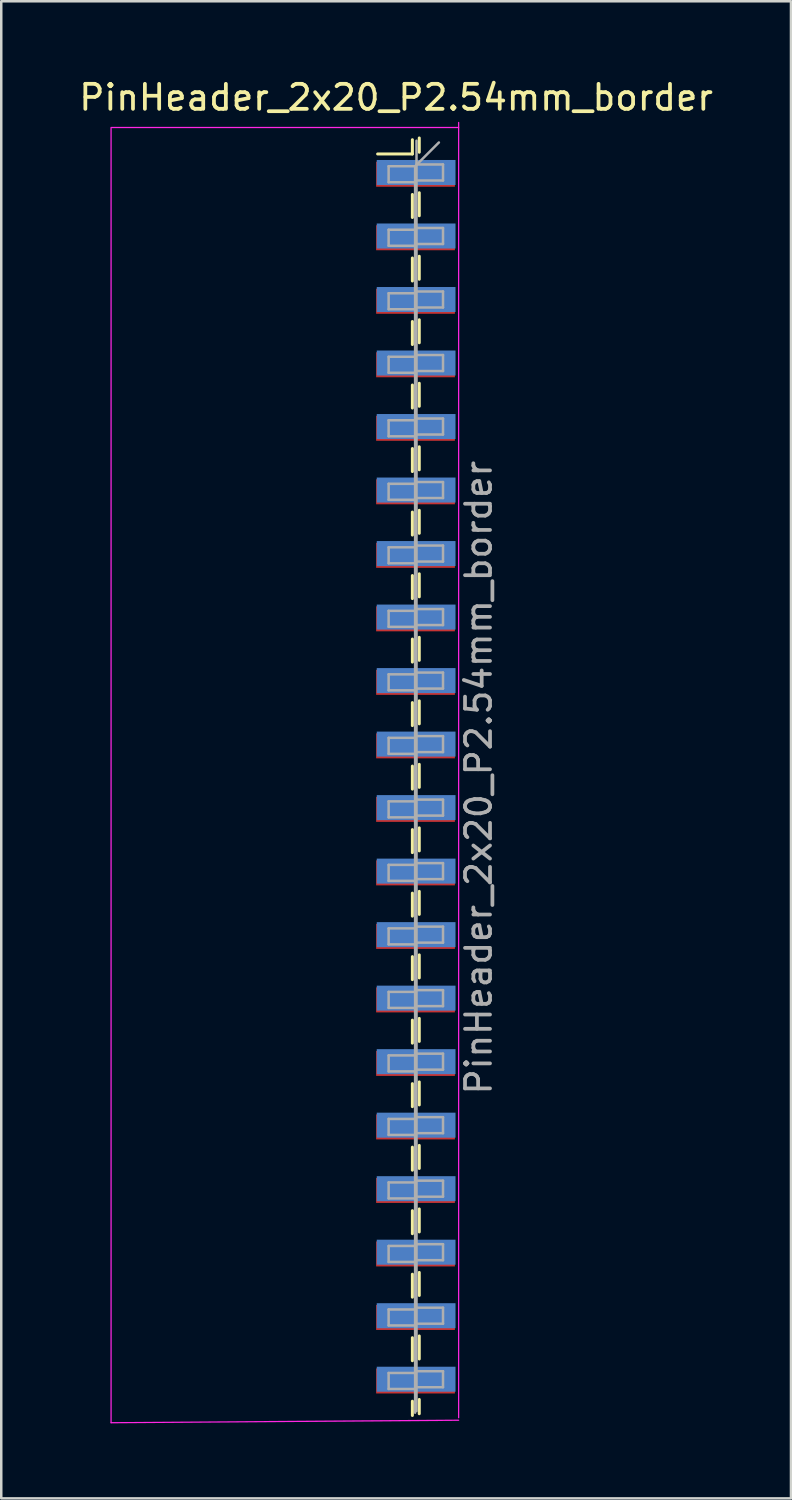
<source format=kicad_pcb>
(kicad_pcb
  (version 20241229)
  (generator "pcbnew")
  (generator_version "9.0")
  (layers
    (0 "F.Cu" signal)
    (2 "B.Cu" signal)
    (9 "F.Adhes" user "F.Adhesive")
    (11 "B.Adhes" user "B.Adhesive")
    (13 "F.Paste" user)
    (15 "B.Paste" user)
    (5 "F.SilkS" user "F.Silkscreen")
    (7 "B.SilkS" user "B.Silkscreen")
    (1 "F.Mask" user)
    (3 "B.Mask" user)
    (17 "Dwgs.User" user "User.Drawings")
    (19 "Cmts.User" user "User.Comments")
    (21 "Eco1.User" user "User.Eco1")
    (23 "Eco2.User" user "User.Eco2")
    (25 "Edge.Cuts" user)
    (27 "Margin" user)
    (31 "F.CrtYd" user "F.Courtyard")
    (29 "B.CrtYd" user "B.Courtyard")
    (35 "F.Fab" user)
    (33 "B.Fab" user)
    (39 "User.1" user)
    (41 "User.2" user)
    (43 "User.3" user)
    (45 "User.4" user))
  (footprint "PinHeader_2x20_P2.54mm_border"
    (layer "F.Cu")
    (at 16.092 28.048)
    (property "Reference" "PinHeader_2x20_P2.54mm_border" (at -3.3 -27.2 0) (layer "F.SilkS") (effects (font (size 1 1) (thickness 0.15))))
    (attr smd)
    (fp_line (start -4.04 -24.94) (end -2.65 -24.94) (stroke (width 0.12) (type solid)) (layer "F.SilkS"))
    (fp_line (start -2.65 -25.51) (end -2.65 -24.94) (stroke (width 0.12) (type solid)) (layer "F.SilkS"))
    (fp_line (start -2.65 -23.32) (end -2.65 -22.4) (stroke (width 0.12) (type solid)) (layer "F.SilkS"))
    (fp_line (start -2.65 -20.78) (end -2.65 -19.86) (stroke (width 0.12) (type solid)) (layer "F.SilkS"))
    (fp_line (start -2.65 -18.24) (end -2.65 -17.32) (stroke (width 0.12) (type solid)) (layer "F.SilkS"))
    (fp_line (start -2.65 -15.7) (end -2.65 -14.78) (stroke (width 0.12) (type solid)) (layer "F.SilkS"))
    (fp_line (start -2.65 -13.16) (end -2.65 -12.24) (stroke (width 0.12) (type solid)) (layer "F.SilkS"))
    (fp_line (start -2.65 -10.62) (end -2.65 -9.7) (stroke (width 0.12) (type solid)) (layer "F.SilkS"))
    (fp_line (start -2.65 -8.08) (end -2.65 -7.16) (stroke (width 0.12) (type solid)) (layer "F.SilkS"))
    (fp_line (start -2.65 -5.54) (end -2.65 -4.62) (stroke (width 0.12) (type solid)) (layer "F.SilkS"))
    (fp_line (start -2.65 -3) (end -2.65 -2.08) (stroke (width 0.12) (type solid)) (layer "F.SilkS"))
    (fp_line (start -2.65 -0.46) (end -2.65 0.46) (stroke (width 0.12) (type solid)) (layer "F.SilkS"))
    (fp_line (start -2.65 2.08) (end -2.65 3) (stroke (width 0.12) (type solid)) (layer "F.SilkS"))
    (fp_line (start -2.65 4.62) (end -2.65 5.54) (stroke (width 0.12) (type solid)) (layer "F.SilkS"))
    (fp_line (start -2.65 7.16) (end -2.65 8.08) (stroke (width 0.12) (type solid)) (layer "F.SilkS"))
    (fp_line (start -2.65 9.7) (end -2.65 10.62) (stroke (width 0.12) (type solid)) (layer "F.SilkS"))
    (fp_line (start -2.65 12.24) (end -2.65 13.16) (stroke (width 0.12) (type solid)) (layer "F.SilkS"))
    (fp_line (start -2.65 14.78) (end -2.65 15.7) (stroke (width 0.12) (type solid)) (layer "F.SilkS"))
    (fp_line (start -2.65 17.32) (end -2.65 18.24) (stroke (width 0.12) (type solid)) (layer "F.SilkS"))
    (fp_line (start -2.65 19.86) (end -2.65 20.78) (stroke (width 0.12) (type solid)) (layer "F.SilkS"))
    (fp_line (start -2.65 22.4) (end -2.65 23.32) (stroke (width 0.12) (type solid)) (layer "F.SilkS"))
    (fp_line (start -2.65 24.94) (end -2.65 25.51) (stroke (width 0.12) (type solid)) (layer "F.SilkS"))
    (fp_line (start -2.375 -25.58) (end -2.375 -25.01) (stroke (width 0.12) (type solid)) (layer "F.SilkS"))
    (fp_line (start -2.375 -23.39) (end -2.375 -22.47) (stroke (width 0.12) (type solid)) (layer "F.SilkS"))
    (fp_line (start -2.375 -20.85) (end -2.375 -19.93) (stroke (width 0.12) (type solid)) (layer "F.SilkS"))
    (fp_line (start -2.375 -18.31) (end -2.375 -17.39) (stroke (width 0.12) (type solid)) (layer "F.SilkS"))
    (fp_line (start -2.375 -15.77) (end -2.375 -14.85) (stroke (width 0.12) (type solid)) (layer "F.SilkS"))
    (fp_line (start -2.375 -13.23) (end -2.375 -12.31) (stroke (width 0.12) (type solid)) (layer "F.SilkS"))
    (fp_line (start -2.375 -10.69) (end -2.375 -9.77) (stroke (width 0.12) (type solid)) (layer "F.SilkS"))
    (fp_line (start -2.375 -8.15) (end -2.375 -7.23) (stroke (width 0.12) (type solid)) (layer "F.SilkS"))
    (fp_line (start -2.375 -5.61) (end -2.375 -4.69) (stroke (width 0.12) (type solid)) (layer "F.SilkS"))
    (fp_line (start -2.375 -3.07) (end -2.375 -2.15) (stroke (width 0.12) (type solid)) (layer "F.SilkS"))
    (fp_line (start -2.375 -0.53) (end -2.375 0.39) (stroke (width 0.12) (type solid)) (layer "F.SilkS"))
    (fp_line (start -2.375 2.01) (end -2.375 2.93) (stroke (width 0.12) (type solid)) (layer "F.SilkS"))
    (fp_line (start -2.375 4.55) (end -2.375 5.47) (stroke (width 0.12) (type solid)) (layer "F.SilkS"))
    (fp_line (start -2.375 7.09) (end -2.375 8.01) (stroke (width 0.12) (type solid)) (layer "F.SilkS"))
    (fp_line (start -2.375 9.63) (end -2.375 10.55) (stroke (width 0.12) (type solid)) (layer "F.SilkS"))
    (fp_line (start -2.375 12.17) (end -2.375 13.09) (stroke (width 0.12) (type solid)) (layer "F.SilkS"))
    (fp_line (start -2.375 14.71) (end -2.375 15.63) (stroke (width 0.12) (type solid)) (layer "F.SilkS"))
    (fp_line (start -2.375 17.25) (end -2.375 18.17) (stroke (width 0.12) (type solid)) (layer "F.SilkS"))
    (fp_line (start -2.375 19.79) (end -2.375 20.71) (stroke (width 0.12) (type solid)) (layer "F.SilkS"))
    (fp_line (start -2.375 22.33) (end -2.375 23.25) (stroke (width 0.12) (type solid)) (layer "F.SilkS"))
    (fp_line (start -2.375 24.87) (end -2.375 25.44) (stroke (width 0.12) (type solid)) (layer "F.SilkS"))
    (fp_line (start -14.7 -26) (end -14.7 25.8) (stroke (width 0.05) (type solid)) (layer "F.CrtYd"))
    (fp_line (start -14.7 25.8) (end -0.8 25.7) (stroke (width 0.05) (type solid)) (layer "F.CrtYd"))
    (fp_line (start -0.8 -26) (end -14.678 -26) (stroke (width 0.05) (type solid)) (layer "F.CrtYd"))
    (fp_line (start -0.8 25.6) (end -0.8 -26.2) (stroke (width 0.05) (type solid)) (layer "F.CrtYd"))
    (fp_line (start -3.6 -24.45) (end -3.6 -23.81) (stroke (width 0.1) (type solid)) (layer "F.Fab"))
    (fp_line (start -3.6 -23.81) (end -2.54 -23.81) (stroke (width 0.1) (type solid)) (layer "F.Fab"))
    (fp_line (start -3.6 -21.91) (end -3.6 -21.27) (stroke (width 0.1) (type solid)) (layer "F.Fab"))
    (fp_line (start -3.6 -21.27) (end -2.54 -21.27) (stroke (width 0.1) (type solid)) (layer "F.Fab"))
    (fp_line (start -3.6 -19.37) (end -3.6 -18.73) (stroke (width 0.1) (type solid)) (layer "F.Fab"))
    (fp_line (start -3.6 -18.73) (end -2.54 -18.73) (stroke (width 0.1) (type solid)) (layer "F.Fab"))
    (fp_line (start -3.6 -16.83) (end -3.6 -16.19) (stroke (width 0.1) (type solid)) (layer "F.Fab"))
    (fp_line (start -3.6 -16.19) (end -2.54 -16.19) (stroke (width 0.1) (type solid)) (layer "F.Fab"))
    (fp_line (start -3.6 -14.29) (end -3.6 -13.65) (stroke (width 0.1) (type solid)) (layer "F.Fab"))
    (fp_line (start -3.6 -13.65) (end -2.54 -13.65) (stroke (width 0.1) (type solid)) (layer "F.Fab"))
    (fp_line (start -3.6 -11.75) (end -3.6 -11.11) (stroke (width 0.1) (type solid)) (layer "F.Fab"))
    (fp_line (start -3.6 -11.11) (end -2.54 -11.11) (stroke (width 0.1) (type solid)) (layer "F.Fab"))
    (fp_line (start -3.6 -9.21) (end -3.6 -8.57) (stroke (width 0.1) (type solid)) (layer "F.Fab"))
    (fp_line (start -3.6 -8.57) (end -2.54 -8.57) (stroke (width 0.1) (type solid)) (layer "F.Fab"))
    (fp_line (start -3.6 -6.67) (end -3.6 -6.03) (stroke (width 0.1) (type solid)) (layer "F.Fab"))
    (fp_line (start -3.6 -6.03) (end -2.54 -6.03) (stroke (width 0.1) (type solid)) (layer "F.Fab"))
    (fp_line (start -3.6 -4.13) (end -3.6 -3.49) (stroke (width 0.1) (type solid)) (layer "F.Fab"))
    (fp_line (start -3.6 -3.49) (end -2.54 -3.49) (stroke (width 0.1) (type solid)) (layer "F.Fab"))
    (fp_line (start -3.6 -1.59) (end -3.6 -0.95) (stroke (width 0.1) (type solid)) (layer "F.Fab"))
    (fp_line (start -3.6 -0.95) (end -2.54 -0.95) (stroke (width 0.1) (type solid)) (layer "F.Fab"))
    (fp_line (start -3.6 0.95) (end -3.6 1.59) (stroke (width 0.1) (type solid)) (layer "F.Fab"))
    (fp_line (start -3.6 1.59) (end -2.54 1.59) (stroke (width 0.1) (type solid)) (layer "F.Fab"))
    (fp_line (start -3.6 3.49) (end -3.6 4.13) (stroke (width 0.1) (type solid)) (layer "F.Fab"))
    (fp_line (start -3.6 4.13) (end -2.54 4.13) (stroke (width 0.1) (type solid)) (layer "F.Fab"))
    (fp_line (start -3.6 6.03) (end -3.6 6.67) (stroke (width 0.1) (type solid)) (layer "F.Fab"))
    (fp_line (start -3.6 6.67) (end -2.54 6.67) (stroke (width 0.1) (type solid)) (layer "F.Fab"))
    (fp_line (start -3.6 8.57) (end -3.6 9.21) (stroke (width 0.1) (type solid)) (layer "F.Fab"))
    (fp_line (start -3.6 9.21) (end -2.54 9.21) (stroke (width 0.1) (type solid)) (layer "F.Fab"))
    (fp_line (start -3.6 11.11) (end -3.6 11.75) (stroke (width 0.1) (type solid)) (layer "F.Fab"))
    (fp_line (start -3.6 11.75) (end -2.54 11.75) (stroke (width 0.1) (type solid)) (layer "F.Fab"))
    (fp_line (start -3.6 13.65) (end -3.6 14.29) (stroke (width 0.1) (type solid)) (layer "F.Fab"))
    (fp_line (start -3.6 14.29) (end -2.54 14.29) (stroke (width 0.1) (type solid)) (layer "F.Fab"))
    (fp_line (start -3.6 16.19) (end -3.6 16.83) (stroke (width 0.1) (type solid)) (layer "F.Fab"))
    (fp_line (start -3.6 16.83) (end -2.54 16.83) (stroke (width 0.1) (type solid)) (layer "F.Fab"))
    (fp_line (start -3.6 18.73) (end -3.6 19.37) (stroke (width 0.1) (type solid)) (layer "F.Fab"))
    (fp_line (start -3.6 19.37) (end -2.54 19.37) (stroke (width 0.1) (type solid)) (layer "F.Fab"))
    (fp_line (start -3.6 21.27) (end -3.6 21.91) (stroke (width 0.1) (type solid)) (layer "F.Fab"))
    (fp_line (start -3.6 21.91) (end -2.54 21.91) (stroke (width 0.1) (type solid)) (layer "F.Fab"))
    (fp_line (start -3.6 23.81) (end -3.6 24.45) (stroke (width 0.1) (type solid)) (layer "F.Fab"))
    (fp_line (start -3.6 24.45) (end -2.54 24.45) (stroke (width 0.1) (type solid)) (layer "F.Fab"))
    (fp_line (start -2.54 -24.45) (end -3.6 -24.45) (stroke (width 0.1) (type solid)) (layer "F.Fab"))
    (fp_line (start -2.54 -24.45) (end -1.59 -25.4) (stroke (width 0.1) (type solid)) (layer "F.Fab"))
    (fp_line (start -2.54 -21.91) (end -3.6 -21.91) (stroke (width 0.1) (type solid)) (layer "F.Fab"))
    (fp_line (start -2.54 -19.37) (end -3.6 -19.37) (stroke (width 0.1) (type solid)) (layer "F.Fab"))
    (fp_line (start -2.54 -16.83) (end -3.6 -16.83) (stroke (width 0.1) (type solid)) (layer "F.Fab"))
    (fp_line (start -2.54 -14.29) (end -3.6 -14.29) (stroke (width 0.1) (type solid)) (layer "F.Fab"))
    (fp_line (start -2.54 -11.75) (end -3.6 -11.75) (stroke (width 0.1) (type solid)) (layer "F.Fab"))
    (fp_line (start -2.54 -9.21) (end -3.6 -9.21) (stroke (width 0.1) (type solid)) (layer "F.Fab"))
    (fp_line (start -2.54 -6.67) (end -3.6 -6.67) (stroke (width 0.1) (type solid)) (layer "F.Fab"))
    (fp_line (start -2.54 -4.13) (end -3.6 -4.13) (stroke (width 0.1) (type solid)) (layer "F.Fab"))
    (fp_line (start -2.54 -1.59) (end -3.6 -1.59) (stroke (width 0.1) (type solid)) (layer "F.Fab"))
    (fp_line (start -2.54 0.95) (end -3.6 0.95) (stroke (width 0.1) (type solid)) (layer "F.Fab"))
    (fp_line (start -2.54 3.49) (end -3.6 3.49) (stroke (width 0.1) (type solid)) (layer "F.Fab"))
    (fp_line (start -2.54 6.03) (end -3.6 6.03) (stroke (width 0.1) (type solid)) (layer "F.Fab"))
    (fp_line (start -2.54 8.57) (end -3.6 8.57) (stroke (width 0.1) (type solid)) (layer "F.Fab"))
    (fp_line (start -2.54 11.11) (end -3.6 11.11) (stroke (width 0.1) (type solid)) (layer "F.Fab"))
    (fp_line (start -2.54 13.65) (end -3.6 13.65) (stroke (width 0.1) (type solid)) (layer "F.Fab"))
    (fp_line (start -2.54 16.19) (end -3.6 16.19) (stroke (width 0.1) (type solid)) (layer "F.Fab"))
    (fp_line (start -2.54 18.73) (end -3.6 18.73) (stroke (width 0.1) (type solid)) (layer "F.Fab"))
    (fp_line (start -2.54 21.27) (end -3.6 21.27) (stroke (width 0.1) (type solid)) (layer "F.Fab"))
    (fp_line (start -2.54 23.81) (end -3.6 23.81) (stroke (width 0.1) (type solid)) (layer "F.Fab"))
    (fp_line (start -2.54 25.4) (end -2.54 -24.45) (stroke (width 0.1) (type solid)) (layer "F.Fab"))
    (fp_line (start -2.485 -25.47) (end -2.485 25.33) (stroke (width 0.1) (type solid)) (layer "F.Fab"))
    (fp_line (start -2.485 -24.52) (end -1.425 -24.52) (stroke (width 0.1) (type solid)) (layer "F.Fab"))
    (fp_line (start -2.485 -21.98) (end -1.425 -21.98) (stroke (width 0.1) (type solid)) (layer "F.Fab"))
    (fp_line (start -2.485 -19.44) (end -1.425 -19.44) (stroke (width 0.1) (type solid)) (layer "F.Fab"))
    (fp_line (start -2.485 -16.9) (end -1.425 -16.9) (stroke (width 0.1) (type solid)) (layer "F.Fab"))
    (fp_line (start -2.485 -14.36) (end -1.425 -14.36) (stroke (width 0.1) (type solid)) (layer "F.Fab"))
    (fp_line (start -2.485 -11.82) (end -1.425 -11.82) (stroke (width 0.1) (type solid)) (layer "F.Fab"))
    (fp_line (start -2.485 -9.28) (end -1.425 -9.28) (stroke (width 0.1) (type solid)) (layer "F.Fab"))
    (fp_line (start -2.485 -6.74) (end -1.425 -6.74) (stroke (width 0.1) (type solid)) (layer "F.Fab"))
    (fp_line (start -2.485 -4.2) (end -1.425 -4.2) (stroke (width 0.1) (type solid)) (layer "F.Fab"))
    (fp_line (start -2.485 -1.66) (end -1.425 -1.66) (stroke (width 0.1) (type solid)) (layer "F.Fab"))
    (fp_line (start -2.485 0.88) (end -1.425 0.88) (stroke (width 0.1) (type solid)) (layer "F.Fab"))
    (fp_line (start -2.485 3.42) (end -1.425 3.42) (stroke (width 0.1) (type solid)) (layer "F.Fab"))
    (fp_line (start -2.485 5.96) (end -1.425 5.96) (stroke (width 0.1) (type solid)) (layer "F.Fab"))
    (fp_line (start -2.485 8.5) (end -1.425 8.5) (stroke (width 0.1) (type solid)) (layer "F.Fab"))
    (fp_line (start -2.485 11.04) (end -1.425 11.04) (stroke (width 0.1) (type solid)) (layer "F.Fab"))
    (fp_line (start -2.485 13.58) (end -1.425 13.58) (stroke (width 0.1) (type solid)) (layer "F.Fab"))
    (fp_line (start -2.485 16.12) (end -1.425 16.12) (stroke (width 0.1) (type solid)) (layer "F.Fab"))
    (fp_line (start -2.485 18.66) (end -1.425 18.66) (stroke (width 0.1) (type solid)) (layer "F.Fab"))
    (fp_line (start -2.485 21.2) (end -1.425 21.2) (stroke (width 0.1) (type solid)) (layer "F.Fab"))
    (fp_line (start -2.485 23.74) (end -1.425 23.74) (stroke (width 0.1) (type solid)) (layer "F.Fab"))
    (fp_line (start -1.425 -24.52) (end -1.425 -23.88) (stroke (width 0.1) (type solid)) (layer "F.Fab"))
    (fp_line (start -1.425 -23.88) (end -2.485 -23.88) (stroke (width 0.1) (type solid)) (layer "F.Fab"))
    (fp_line (start -1.425 -21.98) (end -1.425 -21.34) (stroke (width 0.1) (type solid)) (layer "F.Fab"))
    (fp_line (start -1.425 -21.34) (end -2.485 -21.34) (stroke (width 0.1) (type solid)) (layer "F.Fab"))
    (fp_line (start -1.425 -19.44) (end -1.425 -18.8) (stroke (width 0.1) (type solid)) (layer "F.Fab"))
    (fp_line (start -1.425 -18.8) (end -2.485 -18.8) (stroke (width 0.1) (type solid)) (layer "F.Fab"))
    (fp_line (start -1.425 -16.9) (end -1.425 -16.26) (stroke (width 0.1) (type solid)) (layer "F.Fab"))
    (fp_line (start -1.425 -16.26) (end -2.485 -16.26) (stroke (width 0.1) (type solid)) (layer "F.Fab"))
    (fp_line (start -1.425 -14.36) (end -1.425 -13.72) (stroke (width 0.1) (type solid)) (layer "F.Fab"))
    (fp_line (start -1.425 -13.72) (end -2.485 -13.72) (stroke (width 0.1) (type solid)) (layer "F.Fab"))
    (fp_line (start -1.425 -11.82) (end -1.425 -11.18) (stroke (width 0.1) (type solid)) (layer "F.Fab"))
    (fp_line (start -1.425 -11.18) (end -2.485 -11.18) (stroke (width 0.1) (type solid)) (layer "F.Fab"))
    (fp_line (start -1.425 -9.28) (end -1.425 -8.64) (stroke (width 0.1) (type solid)) (layer "F.Fab"))
    (fp_line (start -1.425 -8.64) (end -2.485 -8.64) (stroke (width 0.1) (type solid)) (layer "F.Fab"))
    (fp_line (start -1.425 -6.74) (end -1.425 -6.1) (stroke (width 0.1) (type solid)) (layer "F.Fab"))
    (fp_line (start -1.425 -6.1) (end -2.485 -6.1) (stroke (width 0.1) (type solid)) (layer "F.Fab"))
    (fp_line (start -1.425 -4.2) (end -1.425 -3.56) (stroke (width 0.1) (type solid)) (layer "F.Fab"))
    (fp_line (start -1.425 -3.56) (end -2.485 -3.56) (stroke (width 0.1) (type solid)) (layer "F.Fab"))
    (fp_line (start -1.425 -1.66) (end -1.425 -1.02) (stroke (width 0.1) (type solid)) (layer "F.Fab"))
    (fp_line (start -1.425 -1.02) (end -2.485 -1.02) (stroke (width 0.1) (type solid)) (layer "F.Fab"))
    (fp_line (start -1.425 0.88) (end -1.425 1.52) (stroke (width 0.1) (type solid)) (layer "F.Fab"))
    (fp_line (start -1.425 1.52) (end -2.485 1.52) (stroke (width 0.1) (type solid)) (layer "F.Fab"))
    (fp_line (start -1.425 3.42) (end -1.425 4.06) (stroke (width 0.1) (type solid)) (layer "F.Fab"))
    (fp_line (start -1.425 4.06) (end -2.485 4.06) (stroke (width 0.1) (type solid)) (layer "F.Fab"))
    (fp_line (start -1.425 5.96) (end -1.425 6.6) (stroke (width 0.1) (type solid)) (layer "F.Fab"))
    (fp_line (start -1.425 6.6) (end -2.485 6.6) (stroke (width 0.1) (type solid)) (layer "F.Fab"))
    (fp_line (start -1.425 8.5) (end -1.425 9.14) (stroke (width 0.1) (type solid)) (layer "F.Fab"))
    (fp_line (start -1.425 9.14) (end -2.485 9.14) (stroke (width 0.1) (type solid)) (layer "F.Fab"))
    (fp_line (start -1.425 11.04) (end -1.425 11.68) (stroke (width 0.1) (type solid)) (layer "F.Fab"))
    (fp_line (start -1.425 11.68) (end -2.485 11.68) (stroke (width 0.1) (type solid)) (layer "F.Fab"))
    (fp_line (start -1.425 13.58) (end -1.425 14.22) (stroke (width 0.1) (type solid)) (layer "F.Fab"))
    (fp_line (start -1.425 14.22) (end -2.485 14.22) (stroke (width 0.1) (type solid)) (layer "F.Fab"))
    (fp_line (start -1.425 16.12) (end -1.425 16.76) (stroke (width 0.1) (type solid)) (layer "F.Fab"))
    (fp_line (start -1.425 16.76) (end -2.485 16.76) (stroke (width 0.1) (type solid)) (layer "F.Fab"))
    (fp_line (start -1.425 18.66) (end -1.425 19.3) (stroke (width 0.1) (type solid)) (layer "F.Fab"))
    (fp_line (start -1.425 19.3) (end -2.485 19.3) (stroke (width 0.1) (type solid)) (layer "F.Fab"))
    (fp_line (start -1.425 21.2) (end -1.425 21.84) (stroke (width 0.1) (type solid)) (layer "F.Fab"))
    (fp_line (start -1.425 21.84) (end -2.485 21.84) (stroke (width 0.1) (type solid)) (layer "F.Fab"))
    (fp_line (start -1.425 23.74) (end -1.425 24.38) (stroke (width 0.1) (type solid)) (layer "F.Fab"))
    (fp_line (start -1.425 24.38) (end -2.485 24.38) (stroke (width 0.1) (type solid)) (layer "F.Fab"))
    (fp_text user "${REFERENCE}" (at 0 0 90) (layer "F.Fab") (effects (font (size 1 1) (thickness 0.15))))
    (pad "1" smd rect (at -2.525 -24.13) (size 3.15 1) (layers "F.Cu" "F.Mask" "F.Paste"))
    (pad "2" smd rect (at -2.5 -24.2) (size 3.15 1) (layers "B.Cu" "B.Mask" "B.Paste"))
    (pad "3" smd rect (at -2.525 -21.59) (size 3.15 1) (layers "F.Cu" "F.Mask" "F.Paste"))
    (pad "4" smd rect (at -2.5 -21.66) (size 3.15 1) (layers "B.Cu" "B.Mask" "B.Paste"))
    (pad "5" smd rect (at -2.525 -19.05) (size 3.15 1) (layers "F.Cu" "F.Mask" "F.Paste"))
    (pad "6" smd rect (at -2.5 -19.12) (size 3.15 1) (layers "B.Cu" "B.Mask" "B.Paste"))
    (pad "7" smd rect (at -2.525 -16.51) (size 3.15 1) (layers "F.Cu" "F.Mask" "F.Paste"))
    (pad "8" smd rect (at -2.5 -16.58) (size 3.15 1) (layers "B.Cu" "B.Mask" "B.Paste"))
    (pad "9" smd rect (at -2.525 -13.97) (size 3.15 1) (layers "F.Cu" "F.Mask" "F.Paste"))
    (pad "10" smd rect (at -2.5 -14.04) (size 3.15 1) (layers "B.Cu" "B.Mask" "B.Paste"))
    (pad "11" smd rect (at -2.525 -11.43) (size 3.15 1) (layers "F.Cu" "F.Mask" "F.Paste"))
    (pad "12" smd rect (at -2.5 -11.5) (size 3.15 1) (layers "B.Cu" "B.Mask" "B.Paste"))
    (pad "13" smd rect (at -2.525 -8.89) (size 3.15 1) (layers "F.Cu" "F.Mask" "F.Paste"))
    (pad "14" smd rect (at -2.5 -8.96) (size 3.15 1) (layers "B.Cu" "B.Mask" "B.Paste"))
    (pad "15" smd rect (at -2.525 -6.35) (size 3.15 1) (layers "F.Cu" "F.Mask" "F.Paste"))
    (pad "16" smd rect (at -2.5 -6.42) (size 3.15 1) (layers "B.Cu" "B.Mask" "B.Paste"))
    (pad "17" smd rect (at -2.525 -3.81) (size 3.15 1) (layers "F.Cu" "F.Mask" "F.Paste"))
    (pad "18" smd rect (at -2.5 -3.88) (size 3.15 1) (layers "B.Cu" "B.Mask" "B.Paste"))
    (pad "19" smd rect (at -2.525 -1.27) (size 3.15 1) (layers "F.Cu" "F.Mask" "F.Paste"))
    (pad "20" smd rect (at -2.5 -1.34) (size 3.15 1) (layers "B.Cu" "B.Mask" "B.Paste"))
    (pad "21" smd rect (at -2.525 1.27) (size 3.15 1) (layers "F.Cu" "F.Mask" "F.Paste"))
    (pad "22" smd rect (at -2.5 1.2) (size 3.15 1) (layers "B.Cu" "B.Mask" "B.Paste"))
    (pad "23" smd rect (at -2.525 3.81) (size 3.15 1) (layers "F.Cu" "F.Mask" "F.Paste"))
    (pad "24" smd rect (at -2.5 3.74) (size 3.15 1) (layers "B.Cu" "B.Mask" "B.Paste"))
    (pad "25" smd rect (at -2.525 6.35) (size 3.15 1) (layers "F.Cu" "F.Mask" "F.Paste"))
    (pad "26" smd rect (at -2.5 6.28) (size 3.15 1) (layers "B.Cu" "B.Mask" "B.Paste"))
    (pad "27" smd rect (at -2.525 8.89) (size 3.15 1) (layers "F.Cu" "F.Mask" "F.Paste"))
    (pad "28" smd rect (at -2.5 8.82) (size 3.15 1) (layers "B.Cu" "B.Mask" "B.Paste"))
    (pad "29" smd rect (at -2.525 11.43) (size 3.15 1) (layers "F.Cu" "F.Mask" "F.Paste"))
    (pad "30" smd rect (at -2.5 11.36) (size 3.15 1) (layers "B.Cu" "B.Mask" "B.Paste"))
    (pad "31" smd rect (at -2.525 13.97) (size 3.15 1) (layers "F.Cu" "F.Mask" "F.Paste"))
    (pad "32" smd rect (at -2.5 13.9) (size 3.15 1) (layers "B.Cu" "B.Mask" "B.Paste"))
    (pad "33" smd rect (at -2.525 16.51) (size 3.15 1) (layers "F.Cu" "F.Mask" "F.Paste"))
    (pad "34" smd rect (at -2.5 16.44) (size 3.15 1) (layers "B.Cu" "B.Mask" "B.Paste"))
    (pad "35" smd rect (at -2.525 19.05) (size 3.15 1) (layers "F.Cu" "F.Mask" "F.Paste"))
    (pad "36" smd rect (at -2.5 18.98) (size 3.15 1) (layers "B.Cu" "B.Mask" "B.Paste"))
    (pad "37" smd rect (at -2.525 21.59) (size 3.15 1) (layers "F.Cu" "F.Mask" "F.Paste"))
    (pad "38" smd rect (at -2.5 21.52) (size 3.15 1) (layers "B.Cu" "B.Mask" "B.Paste"))
    (pad "39" smd rect (at -2.525 24.13) (size 3.15 1) (layers "F.Cu" "F.Mask" "F.Paste"))
    (pad "40" smd rect (at -2.5 24.06) (size 3.15 1) (layers "B.Cu" "B.Mask" "B.Paste")))
  (gr_rect
    (start -3 -3)
    (end 28.583 56.873)
    (stroke (width 0.1) (type default))
    (fill no)
    (layer "Edge.Cuts")))
</source>
